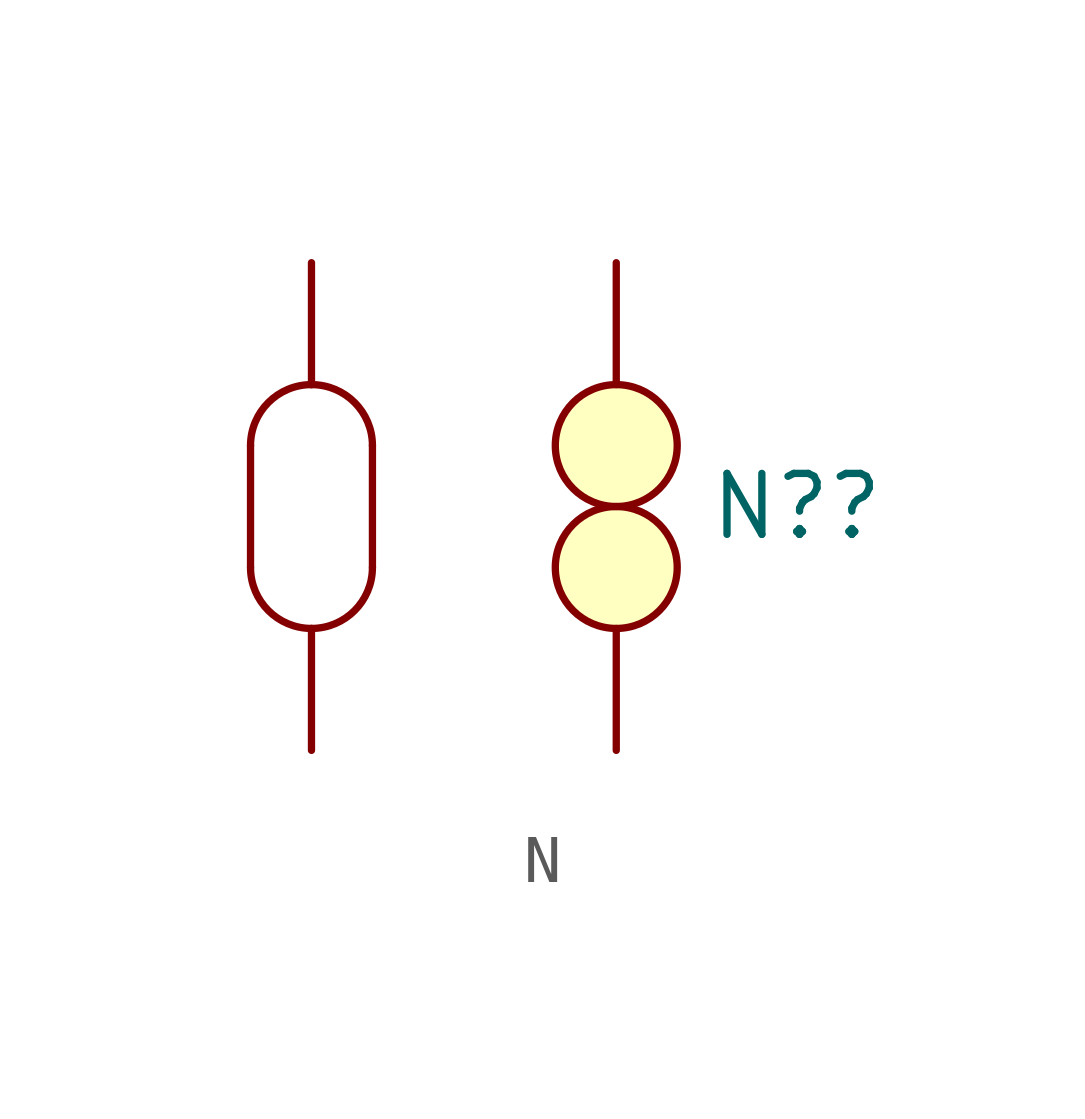
<source format=kicad_sym>
(kicad_symbol_lib
  (version 20241209)
  (generator "kicad_symbol_editor")
  (generator_version "9.0")
  (symbol "N"
    (pin_numbers
      (hide yes))
    (pin_names
      (offset 0)
      (hide yes))
    (property "Reference" "N?"
      (at 1.905 0 0)
      (effects (font (size 1.27 1.27)) (justify left)))
    (symbol "N_0_1"
      (polyline (pts (xy -7.62 1.27) (xy -7.62 -1.27)) (stroke (width 0) (type default)) (fill (type none)))
      (arc (start -5.08 -1.27) (mid -5.452 -2.168) (end -6.35 -2.54) (stroke (width 0) (type default)) (fill (type none)))
      (arc (start -6.3499 2.5401) (mid -5.4519 2.1681) (end -5.0799 1.2701) (stroke (width 0) (type default)) (fill (type none)))
      (arc (start -6.35 -2.54) (mid -7.248 -2.168) (end -7.62 -1.27) (stroke (width 0) (type default)) (fill (type none)))
      (arc (start -7.6199 1.2701) (mid -7.2479 2.1681) (end -6.3499 2.5401) (stroke (width 0) (type default)) (fill (type none))))
    (symbol "N_1_0"
      (pin power_out line (at 0 5.08 270) (length 2.54) (name "outP" (effects (font (size 1.27 1.27)))) (number "1" (effects (font (size 1.27 1.27)))))
      (pin power_out line (at 0 -5.08 90) (length 2.54) (name "outN" (effects (font (size 1.27 1.27)))) (number "2" (effects (font (size 1.27 1.27))))))
    (symbol "N_1_1"
      (polyline (pts (xy -5.08 1.27) (xy -5.08 -1.27)) (stroke (width 0) (type default)) (fill (type background)))
      (circle (center 0 1.27) (radius 1.27) (stroke (width 0) (type default)) (fill (type background)))
      (circle (center 0 -1.27) (radius 1.27) (stroke (width 0) (type default)) (fill (type background)))
      (pin input line (at -6.35 5.08 270) (length 2.54) (name "inp" (effects (font (size 1.27 1.27)))) (number "3" (effects (font (size 1.27 1.27)))))
      (pin input line (at -6.35 -5.08 90) (length 2.54) (name "inN" (effects (font (size 1.27 1.27)))) (number "4" (effects (font (size 1.27 1.27))))))))
</source>
